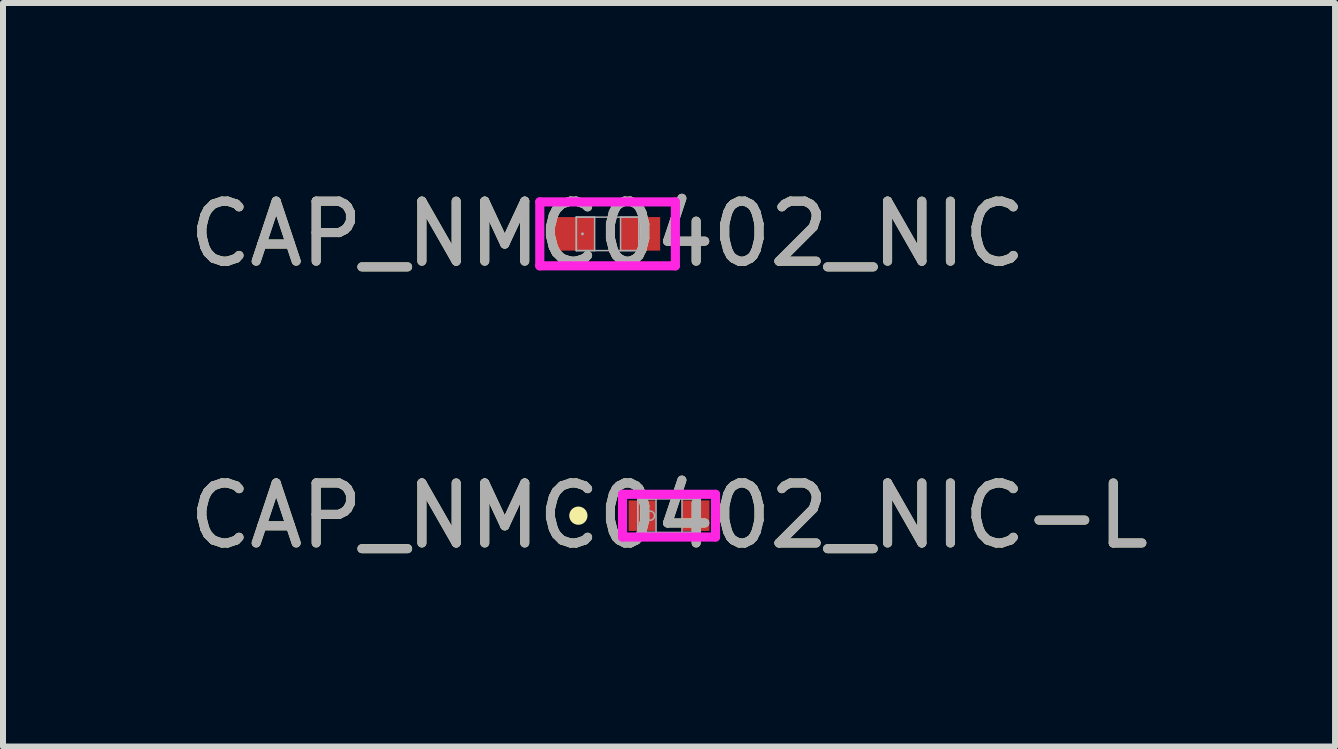
<source format=kicad_pcb>
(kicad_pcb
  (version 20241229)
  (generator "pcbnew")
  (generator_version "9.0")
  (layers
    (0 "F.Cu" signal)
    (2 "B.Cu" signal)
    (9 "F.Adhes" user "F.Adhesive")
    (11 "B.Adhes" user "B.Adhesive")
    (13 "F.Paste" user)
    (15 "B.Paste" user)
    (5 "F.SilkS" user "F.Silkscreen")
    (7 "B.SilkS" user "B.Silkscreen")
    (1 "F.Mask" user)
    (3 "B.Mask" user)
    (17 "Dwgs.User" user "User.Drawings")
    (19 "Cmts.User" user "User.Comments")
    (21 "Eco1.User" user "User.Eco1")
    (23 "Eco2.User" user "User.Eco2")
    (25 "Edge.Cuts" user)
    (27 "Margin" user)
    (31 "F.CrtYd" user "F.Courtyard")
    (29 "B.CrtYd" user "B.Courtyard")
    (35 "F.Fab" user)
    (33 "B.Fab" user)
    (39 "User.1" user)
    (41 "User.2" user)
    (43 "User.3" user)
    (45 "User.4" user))
  (footprint "CAP_NMC0402_NIC"
    (layer "F.Cu")
    (at 7.077 0.848)
    (property "Reference" "CAP_NMC0402_NIC" (at 0 0 0) (unlocked yes) (layer "F.SilkS") (effects (font (size 1 1) (thickness 0.15))))
    (attr smd)
    (fp_line (start -1.13 -0.533) (end 1.13 -0.533) (stroke (width 0.152) (type solid)) (layer "F.CrtYd"))
    (fp_line (start -1.13 0.533) (end -1.13 -0.533) (stroke (width 0.152) (type solid)) (layer "F.CrtYd"))
    (fp_line (start 1.13 -0.533) (end 1.13 0.533) (stroke (width 0.152) (type solid)) (layer "F.CrtYd"))
    (fp_line (start 1.13 0.533) (end -1.13 0.533) (stroke (width 0.152) (type solid)) (layer "F.CrtYd"))
    (fp_line (start -0.521 -0.279) (end -0.521 0.279) (stroke (width 0.025) (type solid)) (layer "F.Fab"))
    (fp_line (start -0.521 -0.279) (end -0.521 0.279) (stroke (width 0.025) (type solid)) (layer "F.Fab"))
    (fp_line (start -0.521 0.279) (end -0.216 0.279) (stroke (width 0.025) (type solid)) (layer "F.Fab"))
    (fp_line (start -0.521 0.279) (end 0.521 0.279) (stroke (width 0.025) (type solid)) (layer "F.Fab"))
    (fp_line (start -0.216 -0.279) (end -0.521 -0.279) (stroke (width 0.025) (type solid)) (layer "F.Fab"))
    (fp_line (start -0.216 0.279) (end -0.216 -0.279) (stroke (width 0.025) (type solid)) (layer "F.Fab"))
    (fp_line (start 0.216 -0.279) (end 0.216 0.279) (stroke (width 0.025) (type solid)) (layer "F.Fab"))
    (fp_line (start 0.216 0.279) (end 0.521 0.279) (stroke (width 0.025) (type solid)) (layer "F.Fab"))
    (fp_line (start 0.521 -0.279) (end -0.521 -0.279) (stroke (width 0.025) (type solid)) (layer "F.Fab"))
    (fp_line (start 0.521 -0.279) (end 0.216 -0.279) (stroke (width 0.025) (type solid)) (layer "F.Fab"))
    (fp_line (start 0.521 0.279) (end 0.521 -0.279) (stroke (width 0.025) (type solid)) (layer "F.Fab"))
    (fp_line (start 0.521 0.279) (end 0.521 -0.279) (stroke (width 0.025) (type solid)) (layer "F.Fab"))
    (fp_circle (center -0.419 0) (end -0.419 0) (stroke (width 0.025) (type solid)) (fill no) (layer "F.Fab"))
    (fp_text user "${REFERENCE}" (at 0 0 0) (unlocked yes) (layer "F.Fab") (effects (font (size 1 1) (thickness 0.15))))
    (pad "1" smd rect (at -0.546 0) (size 0.66 0.559) (layers "F.Cu" "F.Mask" "F.Paste"))
    (pad "2" smd rect (at 0.546 0) (size 0.66 0.559) (layers "F.Cu" "F.Mask" "F.Paste"))
    (zone (net_name "") (layer "F.Cu") (hatch full 0.508) (connect_pads) (min_thickness 0.254) (filled_areas_thickness no) (keepout (tracks not_allowed) (vias not_allowed) (pads allowed) (copperpour not_allowed) (footprints allowed)) (placement (enabled no)) (fill) (polygon (pts (xy 6.912 0.62) (xy 7.242 0.62) (xy 7.242 1.077) (xy 6.912 1.077)))))
  (footprint "CAP_NMC0402_NIC-L"
    (layer "F.Cu")
    (at 8.101 5.545)
    (property "Reference" "CAP_NMC0402_NIC-L" (at 0 0 0) (unlocked yes) (layer "F.SilkS") (effects (font (size 1 1) (thickness 0.15))))
    (attr smd)
    (fp_circle (center -1.511 0) (end -1.435 0) (stroke (width 0.152) (type solid)) (fill no) (layer "F.SilkS"))
    (fp_line (start -0.775 -0.356) (end 0.775 -0.356) (stroke (width 0.152) (type solid)) (layer "F.CrtYd"))
    (fp_line (start -0.775 0.356) (end -0.775 -0.356) (stroke (width 0.152) (type solid)) (layer "F.CrtYd"))
    (fp_line (start 0.775 -0.356) (end 0.775 0.356) (stroke (width 0.152) (type solid)) (layer "F.CrtYd"))
    (fp_line (start 0.775 0.356) (end -0.775 0.356) (stroke (width 0.152) (type solid)) (layer "F.CrtYd"))
    (fp_line (start -0.521 -0.279) (end -0.521 0.279) (stroke (width 0.025) (type solid)) (layer "F.Fab"))
    (fp_line (start -0.521 -0.279) (end -0.521 0.279) (stroke (width 0.025) (type solid)) (layer "F.Fab"))
    (fp_line (start -0.521 0.279) (end -0.216 0.279) (stroke (width 0.025) (type solid)) (layer "F.Fab"))
    (fp_line (start -0.521 0.279) (end 0.521 0.279) (stroke (width 0.025) (type solid)) (layer "F.Fab"))
    (fp_line (start -0.216 -0.279) (end -0.521 -0.279) (stroke (width 0.025) (type solid)) (layer "F.Fab"))
    (fp_line (start -0.216 0.279) (end -0.216 -0.279) (stroke (width 0.025) (type solid)) (layer "F.Fab"))
    (fp_line (start 0.216 -0.279) (end 0.216 0.279) (stroke (width 0.025) (type solid)) (layer "F.Fab"))
    (fp_line (start 0.216 0.279) (end 0.521 0.279) (stroke (width 0.025) (type solid)) (layer "F.Fab"))
    (fp_line (start 0.521 -0.279) (end -0.521 -0.279) (stroke (width 0.025) (type solid)) (layer "F.Fab"))
    (fp_line (start 0.521 -0.279) (end 0.216 -0.279) (stroke (width 0.025) (type solid)) (layer "F.Fab"))
    (fp_line (start 0.521 0.279) (end 0.521 -0.279) (stroke (width 0.025) (type solid)) (layer "F.Fab"))
    (fp_line (start 0.521 0.279) (end 0.521 -0.279) (stroke (width 0.025) (type solid)) (layer "F.Fab"))
    (fp_circle (center -0.318 0) (end -0.241 0) (stroke (width 0.025) (type solid)) (fill no) (layer "F.Fab"))
    (fp_text user "${REFERENCE}" (at 0 0 0) (unlocked yes) (layer "F.Fab") (effects (font (size 1 1) (thickness 0.15))))
    (pad "1" smd rect (at -0.445 0) (size 0.457 0.508) (layers "F.Cu" "F.Mask" "F.Paste"))
    (pad "2" smd rect (at 0.445 0) (size 0.457 0.508) (layers "F.Cu" "F.Mask" "F.Paste"))
    (zone (net_name "") (layer "F.Cu") (hatch full 0.508) (connect_pads) (min_thickness 0.254) (filled_areas_thickness no) (keepout (tracks not_allowed) (vias not_allowed) (pads allowed) (copperpour not_allowed) (footprints allowed)) (placement (enabled no)) (fill) (polygon (pts (xy 7.936 5.316) (xy 8.266 5.316) (xy 8.266 5.773) (xy 7.936 5.773)))))
  (gr_rect
    (start -3 -3)
    (end 19.202 9.393)
    (stroke (width 0.1) (type default))
    (fill no)
    (layer "Edge.Cuts")))
</source>
